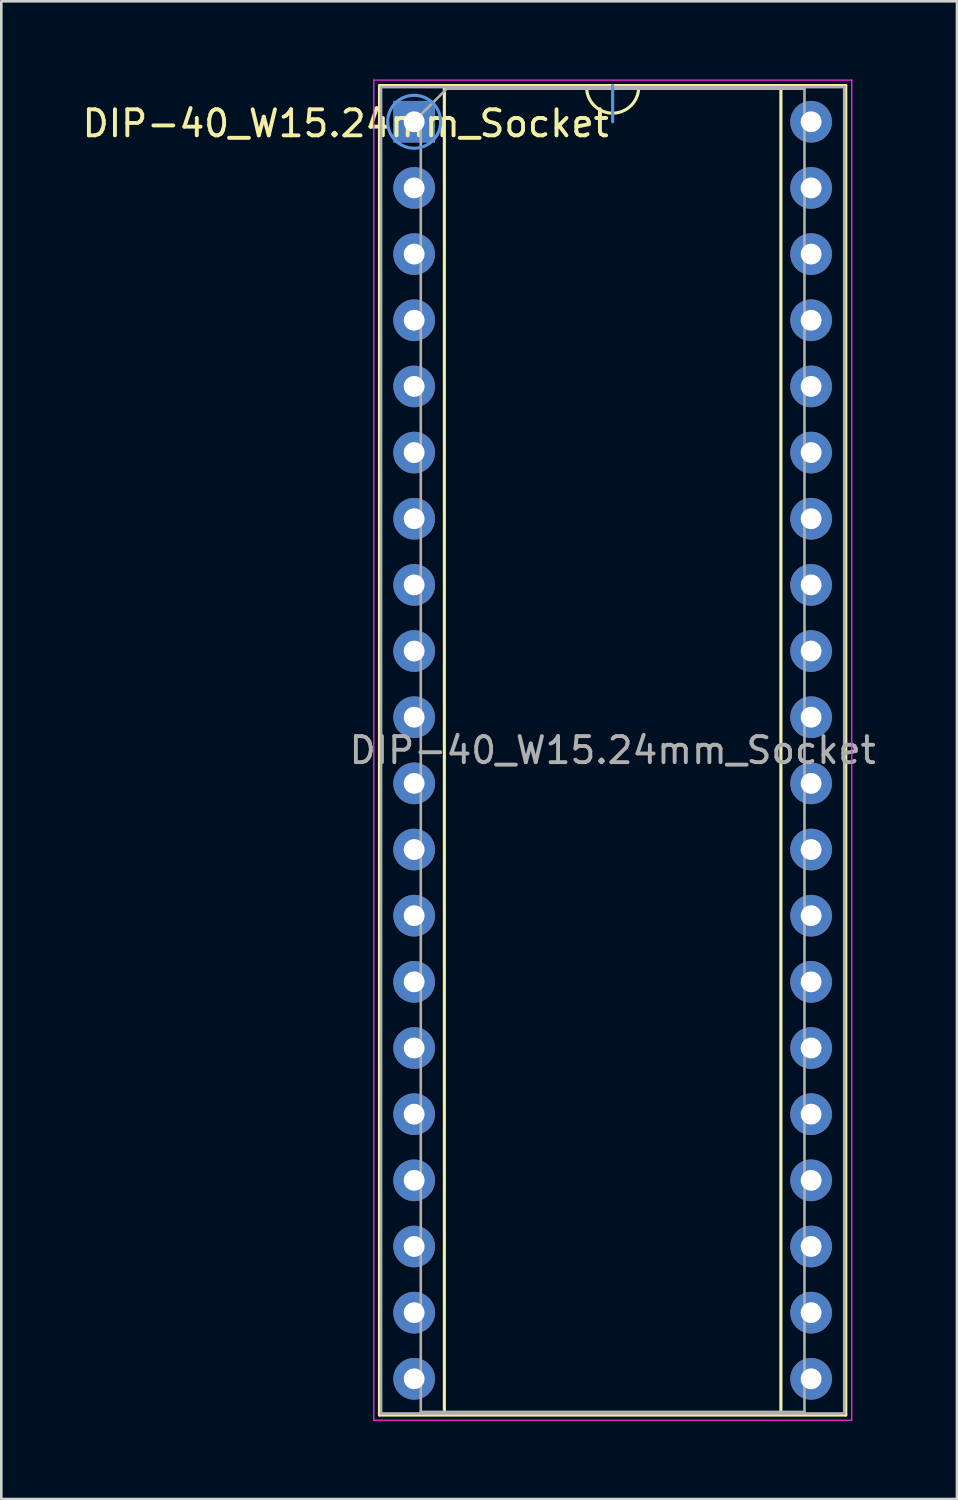
<source format=kicad_pcb>
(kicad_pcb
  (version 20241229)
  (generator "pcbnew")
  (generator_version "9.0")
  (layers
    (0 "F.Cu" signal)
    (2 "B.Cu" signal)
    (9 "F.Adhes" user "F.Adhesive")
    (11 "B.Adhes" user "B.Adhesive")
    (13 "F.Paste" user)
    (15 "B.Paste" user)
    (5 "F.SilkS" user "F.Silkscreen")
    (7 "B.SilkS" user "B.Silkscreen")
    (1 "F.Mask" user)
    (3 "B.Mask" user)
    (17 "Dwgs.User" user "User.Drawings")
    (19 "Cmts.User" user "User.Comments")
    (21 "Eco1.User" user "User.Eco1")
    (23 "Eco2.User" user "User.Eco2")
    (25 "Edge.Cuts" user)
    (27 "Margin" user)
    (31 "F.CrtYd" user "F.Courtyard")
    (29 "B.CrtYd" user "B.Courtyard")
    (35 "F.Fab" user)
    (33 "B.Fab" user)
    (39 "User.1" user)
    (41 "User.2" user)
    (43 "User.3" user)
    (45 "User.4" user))
  (footprint "DIP-40_W15.24mm_Socket"
    (layer "F.Cu")
    (at 12.85 1.625)
    (property "Reference" "DIP-40_W15.24mm_Socket" (at -2.63 0.066 0) (layer "F.SilkS") (effects (font (size 1 1) (thickness 0.15))))
    (attr through_hole)
    (fp_line (start -1.33 -1.39) (end -1.33 49.65) (stroke (width 0.12) (type solid)) (layer "F.SilkS"))
    (fp_line (start -1.33 49.65) (end 16.57 49.65) (stroke (width 0.12) (type solid)) (layer "F.SilkS"))
    (fp_line (start 1.16 -1.33) (end 1.16 49.59) (stroke (width 0.12) (type solid)) (layer "F.SilkS"))
    (fp_line (start 1.16 49.59) (end 14.08 49.59) (stroke (width 0.12) (type solid)) (layer "F.SilkS"))
    (fp_line (start 6.62 -1.33) (end 1.16 -1.33) (stroke (width 0.12) (type solid)) (layer "F.SilkS"))
    (fp_line (start 14.08 -1.33) (end 8.62 -1.33) (stroke (width 0.12) (type solid)) (layer "F.SilkS"))
    (fp_line (start 14.08 49.59) (end 14.08 -1.33) (stroke (width 0.12) (type solid)) (layer "F.SilkS"))
    (fp_line (start 16.57 -1.39) (end -1.33 -1.39) (stroke (width 0.12) (type solid)) (layer "F.SilkS"))
    (fp_line (start 16.57 49.65) (end 16.57 -1.39) (stroke (width 0.12) (type solid)) (layer "F.SilkS"))
    (fp_arc (start 8.62 -1.33) (mid 7.62 -0.33) (end 6.62 -1.33) (stroke (width 0.12) (type solid)) (layer "F.SilkS"))
    (fp_line (start 7.62 -1.397) (end 7.62 0) (stroke (width 0.12) (type solid)) (layer "Cmts.User"))
    (fp_circle (center 0 0) (end 1.016 0) (stroke (width 0.12) (type solid)) (fill no) (layer "Cmts.User"))
    (fp_line (start -1.55 -1.6) (end -1.55 49.85) (stroke (width 0.05) (type solid)) (layer "F.CrtYd"))
    (fp_line (start -1.55 49.85) (end 16.8 49.85) (stroke (width 0.05) (type solid)) (layer "F.CrtYd"))
    (fp_line (start 16.8 -1.6) (end -1.55 -1.6) (stroke (width 0.05) (type solid)) (layer "F.CrtYd"))
    (fp_line (start 16.8 49.85) (end 16.8 -1.6) (stroke (width 0.05) (type solid)) (layer "F.CrtYd"))
    (fp_line (start -1.27 -1.33) (end -1.27 49.59) (stroke (width 0.1) (type solid)) (layer "F.Fab"))
    (fp_line (start -1.27 49.59) (end 16.51 49.59) (stroke (width 0.1) (type solid)) (layer "F.Fab"))
    (fp_line (start 0.255 -0.27) (end 1.255 -1.27) (stroke (width 0.1) (type solid)) (layer "F.Fab"))
    (fp_line (start 0.255 49.53) (end 0.255 -0.27) (stroke (width 0.1) (type solid)) (layer "F.Fab"))
    (fp_line (start 1.255 -1.27) (end 14.985 -1.27) (stroke (width 0.1) (type solid)) (layer "F.Fab"))
    (fp_line (start 14.985 -1.27) (end 14.985 49.53) (stroke (width 0.1) (type solid)) (layer "F.Fab"))
    (fp_line (start 14.985 49.53) (end 0.255 49.53) (stroke (width 0.1) (type solid)) (layer "F.Fab"))
    (fp_line (start 16.51 -1.33) (end -1.27 -1.33) (stroke (width 0.1) (type solid)) (layer "F.Fab"))
    (fp_line (start 16.51 49.59) (end 16.51 -1.33) (stroke (width 0.1) (type solid)) (layer "F.Fab"))
    (fp_text user "${REFERENCE}" (at 7.62 24.13 0) (layer "F.Fab") (effects (font (size 1 1) (thickness 0.15))))
    (pad "1" thru_hole rect (at 0 0) (size 1.6 1.6) (drill 0.8) (layers "*.Cu" "*.Mask"))
    (pad "2" thru_hole oval (at 0 2.54) (size 1.6 1.6) (drill 0.8) (layers "*.Cu" "*.Mask"))
    (pad "3" thru_hole oval (at 0 5.08) (size 1.6 1.6) (drill 0.8) (layers "*.Cu" "*.Mask"))
    (pad "4" thru_hole oval (at 0 7.62) (size 1.6 1.6) (drill 0.8) (layers "*.Cu" "*.Mask"))
    (pad "5" thru_hole oval (at 0 10.16) (size 1.6 1.6) (drill 0.8) (layers "*.Cu" "*.Mask"))
    (pad "6" thru_hole oval (at 0 12.7) (size 1.6 1.6) (drill 0.8) (layers "*.Cu" "*.Mask"))
    (pad "7" thru_hole oval (at 0 15.24) (size 1.6 1.6) (drill 0.8) (layers "*.Cu" "*.Mask"))
    (pad "8" thru_hole oval (at 0 17.78) (size 1.6 1.6) (drill 0.8) (layers "*.Cu" "*.Mask"))
    (pad "9" thru_hole oval (at 0 20.32) (size 1.6 1.6) (drill 0.8) (layers "*.Cu" "*.Mask"))
    (pad "10" thru_hole oval (at 0 22.86) (size 1.6 1.6) (drill 0.8) (layers "*.Cu" "*.Mask"))
    (pad "11" thru_hole oval (at 0 25.4) (size 1.6 1.6) (drill 0.8) (layers "*.Cu" "*.Mask"))
    (pad "12" thru_hole oval (at 0 27.94) (size 1.6 1.6) (drill 0.8) (layers "*.Cu" "*.Mask"))
    (pad "13" thru_hole oval (at 0 30.48) (size 1.6 1.6) (drill 0.8) (layers "*.Cu" "*.Mask"))
    (pad "14" thru_hole oval (at 0 33.02) (size 1.6 1.6) (drill 0.8) (layers "*.Cu" "*.Mask"))
    (pad "15" thru_hole oval (at 0 35.56) (size 1.6 1.6) (drill 0.8) (layers "*.Cu" "*.Mask"))
    (pad "16" thru_hole oval (at 0 38.1) (size 1.6 1.6) (drill 0.8) (layers "*.Cu" "*.Mask"))
    (pad "17" thru_hole oval (at 0 40.64) (size 1.6 1.6) (drill 0.8) (layers "*.Cu" "*.Mask"))
    (pad "18" thru_hole oval (at 0 43.18) (size 1.6 1.6) (drill 0.8) (layers "*.Cu" "*.Mask"))
    (pad "19" thru_hole oval (at 0 45.72) (size 1.6 1.6) (drill 0.8) (layers "*.Cu" "*.Mask"))
    (pad "20" thru_hole oval (at 0 48.26) (size 1.6 1.6) (drill 0.8) (layers "*.Cu" "*.Mask"))
    (pad "21" thru_hole oval (at 15.24 48.26) (size 1.6 1.6) (drill 0.8) (layers "*.Cu" "*.Mask"))
    (pad "22" thru_hole oval (at 15.24 45.72) (size 1.6 1.6) (drill 0.8) (layers "*.Cu" "*.Mask"))
    (pad "23" thru_hole oval (at 15.24 43.18) (size 1.6 1.6) (drill 0.8) (layers "*.Cu" "*.Mask"))
    (pad "24" thru_hole oval (at 15.24 40.64) (size 1.6 1.6) (drill 0.8) (layers "*.Cu" "*.Mask"))
    (pad "25" thru_hole oval (at 15.24 38.1) (size 1.6 1.6) (drill 0.8) (layers "*.Cu" "*.Mask"))
    (pad "26" thru_hole oval (at 15.24 35.56) (size 1.6 1.6) (drill 0.8) (layers "*.Cu" "*.Mask"))
    (pad "27" thru_hole oval (at 15.24 33.02) (size 1.6 1.6) (drill 0.8) (layers "*.Cu" "*.Mask"))
    (pad "28" thru_hole oval (at 15.24 30.48) (size 1.6 1.6) (drill 0.8) (layers "*.Cu" "*.Mask"))
    (pad "29" thru_hole oval (at 15.24 27.94) (size 1.6 1.6) (drill 0.8) (layers "*.Cu" "*.Mask"))
    (pad "30" thru_hole oval (at 15.24 25.4) (size 1.6 1.6) (drill 0.8) (layers "*.Cu" "*.Mask"))
    (pad "31" thru_hole oval (at 15.24 22.86) (size 1.6 1.6) (drill 0.8) (layers "*.Cu" "*.Mask"))
    (pad "32" thru_hole oval (at 15.24 20.32) (size 1.6 1.6) (drill 0.8) (layers "*.Cu" "*.Mask"))
    (pad "33" thru_hole oval (at 15.24 17.78) (size 1.6 1.6) (drill 0.8) (layers "*.Cu" "*.Mask"))
    (pad "34" thru_hole oval (at 15.24 15.24) (size 1.6 1.6) (drill 0.8) (layers "*.Cu" "*.Mask"))
    (pad "35" thru_hole oval (at 15.24 12.7) (size 1.6 1.6) (drill 0.8) (layers "*.Cu" "*.Mask"))
    (pad "36" thru_hole oval (at 15.24 10.16) (size 1.6 1.6) (drill 0.8) (layers "*.Cu" "*.Mask"))
    (pad "37" thru_hole oval (at 15.24 7.62) (size 1.6 1.6) (drill 0.8) (layers "*.Cu" "*.Mask"))
    (pad "38" thru_hole oval (at 15.24 5.08) (size 1.6 1.6) (drill 0.8) (layers "*.Cu" "*.Mask"))
    (pad "39" thru_hole oval (at 15.24 2.54) (size 1.6 1.6) (drill 0.8) (layers "*.Cu" "*.Mask"))
    (pad "40" thru_hole oval (at 15.24 0) (size 1.6 1.6) (drill 0.8) (layers "*.Cu" "*.Mask")))
  (gr_rect
    (start -3 -3)
    (end 33.69 54.5)
    (stroke (width 0.1) (type default))
    (fill no)
    (layer "Edge.Cuts")))
</source>
